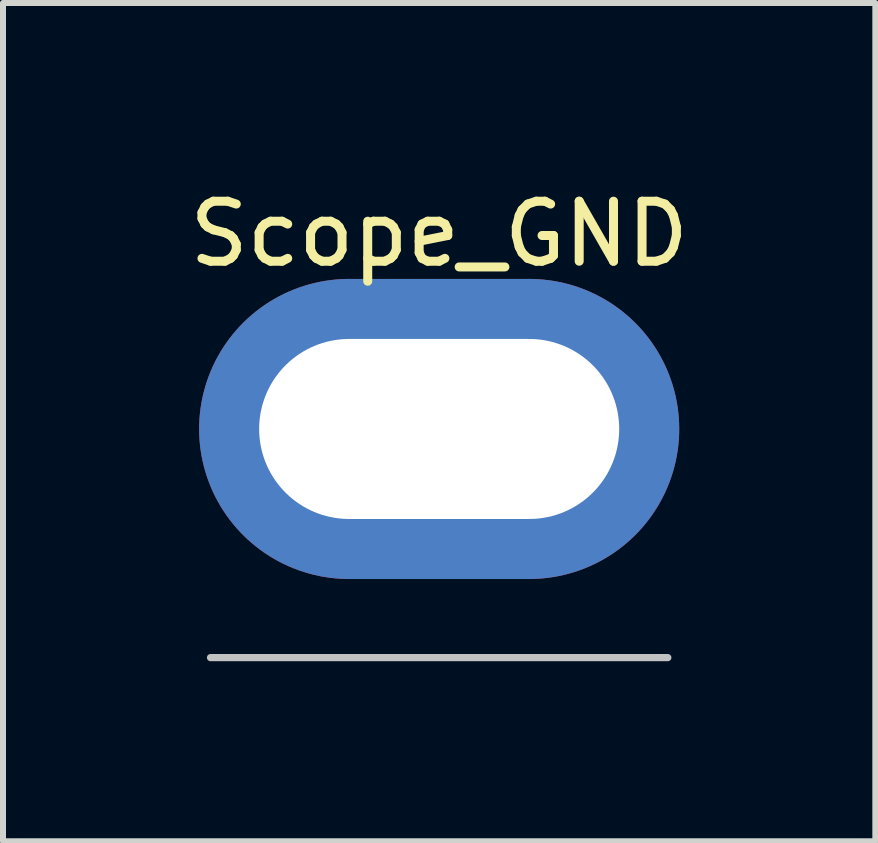
<source format=kicad_pcb>
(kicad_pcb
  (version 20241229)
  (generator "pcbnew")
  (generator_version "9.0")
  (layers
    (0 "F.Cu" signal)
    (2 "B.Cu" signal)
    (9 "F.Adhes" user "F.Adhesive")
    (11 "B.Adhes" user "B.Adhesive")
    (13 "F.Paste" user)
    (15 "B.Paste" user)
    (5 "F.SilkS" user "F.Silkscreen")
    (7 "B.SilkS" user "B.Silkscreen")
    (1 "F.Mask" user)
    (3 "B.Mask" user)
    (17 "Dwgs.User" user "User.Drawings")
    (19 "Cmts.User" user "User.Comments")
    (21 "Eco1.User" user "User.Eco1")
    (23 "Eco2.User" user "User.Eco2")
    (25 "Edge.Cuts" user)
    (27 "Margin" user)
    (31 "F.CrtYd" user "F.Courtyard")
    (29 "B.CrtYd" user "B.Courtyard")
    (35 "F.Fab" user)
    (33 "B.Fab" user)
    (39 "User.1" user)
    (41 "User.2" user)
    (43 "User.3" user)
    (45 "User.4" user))
  (footprint "Scope_GND"
    (layer "F.Cu")
    (at 4.268 4.098)
    (property "Reference" "Scope_GND" (at 0 -3.25 0) (layer "F.SilkS") (effects (font (size 1 1) (thickness 0.15))))
    (attr through_hole)
    (fp_line (start -3.81 3.81) (end 3.81 3.81) (stroke (width 0.12) (type solid)) (layer "Dwgs.User"))
    (pad "1" thru_hole oval (at 0 0) (size 8 5) (drill oval 6 3) (layers "*.Cu" "*.Mask")))
  (gr_rect
    (start -3 -3)
    (end 11.536 10.968)
    (stroke (width 0.1) (type default))
    (fill no)
    (layer "Edge.Cuts")))
</source>
